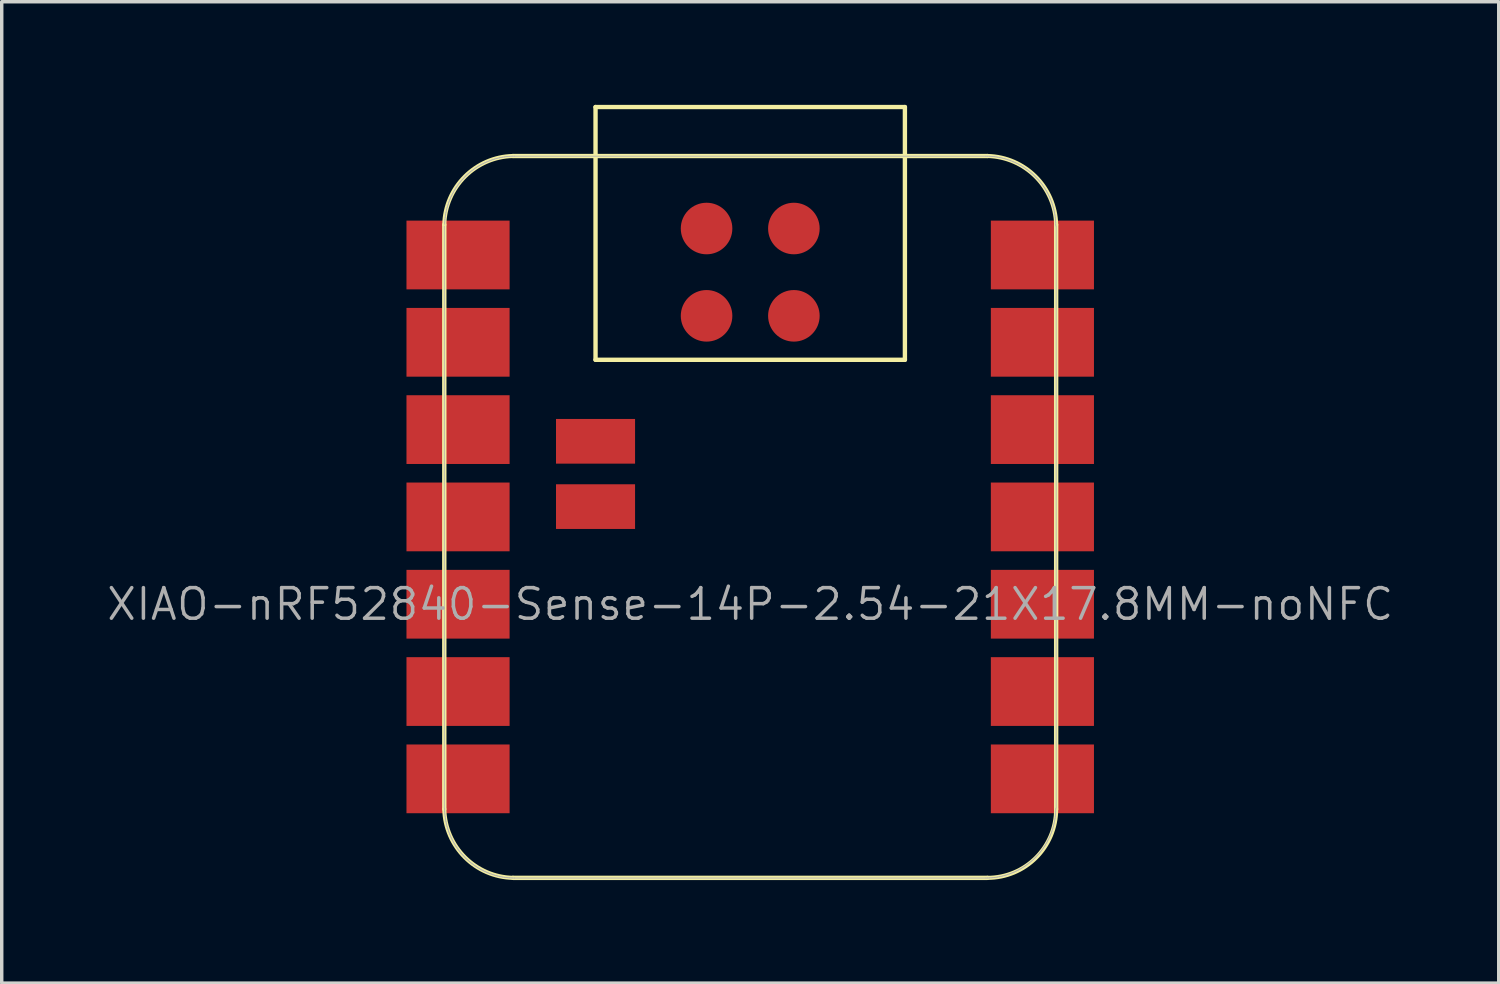
<source format=kicad_pcb>
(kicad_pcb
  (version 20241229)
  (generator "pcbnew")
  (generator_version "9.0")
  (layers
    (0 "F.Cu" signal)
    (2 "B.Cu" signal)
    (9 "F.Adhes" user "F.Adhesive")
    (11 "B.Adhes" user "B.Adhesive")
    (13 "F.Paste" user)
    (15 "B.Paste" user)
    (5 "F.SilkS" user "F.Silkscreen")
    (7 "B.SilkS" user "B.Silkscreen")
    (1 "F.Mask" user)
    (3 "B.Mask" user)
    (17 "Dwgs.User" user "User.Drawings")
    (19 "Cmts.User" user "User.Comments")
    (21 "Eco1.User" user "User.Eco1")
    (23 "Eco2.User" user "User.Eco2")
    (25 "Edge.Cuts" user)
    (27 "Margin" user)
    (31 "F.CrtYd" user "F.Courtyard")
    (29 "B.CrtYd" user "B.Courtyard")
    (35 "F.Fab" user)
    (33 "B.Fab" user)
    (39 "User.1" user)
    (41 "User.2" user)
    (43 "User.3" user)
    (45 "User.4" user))
  (footprint "XIAO-nRF52840-Sense-14P-2.54-21X17.8MM-noNFC"
    (layer "F.Cu")
    (at 18.775 11.988)
    (property "Reference" "XIAO-nRF52840-Sense-14P-2.54-21X17.8MM-noNFC" (at 0 2.54 180) (layer "F.Fab") (effects (font (size 0.889 0.889) (thickness 0.102))))
    (attr smd exclude_from_bom)
    (fp_line (start -8.9 -8.5) (end -8.9 8.5) (stroke (width 0.127) (type solid)) (layer "F.SilkS"))
    (fp_line (start -6.9 10.5) (end 6.9 10.5) (stroke (width 0.127) (type solid)) (layer "F.SilkS"))
    (fp_line (start -4.5 -11.924) (end 4.5 -11.924) (stroke (width 0.127) (type solid)) (layer "F.SilkS"))
    (fp_line (start -4.5 -4.571) (end -4.5 -11.924) (stroke (width 0.127) (type solid)) (layer "F.SilkS"))
    (fp_line (start 4.5 -11.924) (end 4.5 -4.571) (stroke (width 0.127) (type solid)) (layer "F.SilkS"))
    (fp_line (start 4.5 -4.571) (end -4.5 -4.571) (stroke (width 0.127) (type solid)) (layer "F.SilkS"))
    (fp_line (start 6.9 -10.499) (end -6.9 -10.499) (stroke (width 0.127) (type solid)) (layer "F.SilkS"))
    (fp_line (start 8.9 8.5) (end 8.9 -8.5) (stroke (width 0.127) (type solid)) (layer "F.SilkS"))
    (fp_arc (start -8.9 -8.5) (mid -8.301491 -9.901495) (end -6.899998 -10.500006) (stroke (width 0.12) (type solid)) (layer "F.SilkS"))
    (fp_arc (start -6.900001 10.499999) (mid -8.301423 9.901422) (end -8.900002 8.5) (stroke (width 0.12) (type solid)) (layer "F.SilkS"))
    (fp_arc (start 6.900001 -10.499999) (mid 8.301494 -9.901493) (end 8.900002 -8.5) (stroke (width 0.12) (type solid)) (layer "F.SilkS"))
    (fp_arc (start 8.9 8.5) (mid 8.31421 9.914211) (end 6.899998 10.500006) (stroke (width 0.12) (type solid)) (layer "F.SilkS"))
    (fp_poly (pts (xy -8.888 -8.562) (xy -8.885 -8.61) (xy -8.881 -8.659)) (stroke (width 0.025) (type solid)) (fill no) (layer "F.SilkS"))
    (fp_poly (pts (xy 8.889 8.522) (xy 8.888 8.571) (xy 8.885 8.62) (xy 8.881 8.669) (xy 8.875 8.717) (xy 8.869 8.766) (xy 8.861 8.815) (xy 8.852 8.863) (xy 8.842 8.911)) (stroke (width 0.025) (type solid)) (fill no) (layer "F.SilkS"))
    (fp_line (start -8.9 -8.463) (end -8.9 8.473) (stroke (width 0.025) (type solid)) (layer "F.Fab"))
    (fp_line (start -8.89 8.473) (end -8.889 8.522) (stroke (width 0.025) (type solid)) (layer "F.Fab"))
    (fp_line (start -8.889 8.522) (end -8.888 8.571) (stroke (width 0.025) (type solid)) (layer "F.Fab"))
    (fp_line (start -8.888 -8.562) (end -8.889 -8.512) (stroke (width 0.025) (type solid)) (layer "F.Fab"))
    (fp_line (start -8.888 8.571) (end -8.885 8.62) (stroke (width 0.025) (type solid)) (layer "F.Fab"))
    (fp_line (start -8.885 8.62) (end -8.881 8.669) (stroke (width 0.025) (type solid)) (layer "F.Fab"))
    (fp_line (start -8.885 -8.61) (end -8.888 -8.562) (stroke (width 0.025) (type solid)) (layer "F.Fab"))
    (fp_line (start -8.881 -8.659) (end -8.885 -8.61) (stroke (width 0.025) (type solid)) (layer "F.Fab"))
    (fp_line (start -8.881 8.669) (end -8.875 8.717) (stroke (width 0.025) (type solid)) (layer "F.Fab"))
    (fp_line (start -8.875 -8.708) (end -8.881 -8.659) (stroke (width 0.025) (type solid)) (layer "F.Fab"))
    (fp_line (start -8.875 8.717) (end -8.869 8.766) (stroke (width 0.025) (type solid)) (layer "F.Fab"))
    (fp_line (start -8.869 -8.757) (end -8.875 -8.708) (stroke (width 0.025) (type solid)) (layer "F.Fab"))
    (fp_line (start -8.869 8.766) (end -8.861 8.815) (stroke (width 0.025) (type solid)) (layer "F.Fab"))
    (fp_line (start -8.861 -8.806) (end -8.869 -8.757) (stroke (width 0.025) (type solid)) (layer "F.Fab"))
    (fp_line (start -8.861 8.815) (end -8.852 8.863) (stroke (width 0.025) (type solid)) (layer "F.Fab"))
    (fp_line (start -8.852 8.863) (end -8.842 8.911) (stroke (width 0.025) (type solid)) (layer "F.Fab"))
    (fp_line (start -8.852 -8.854) (end -8.861 -8.806) (stroke (width 0.025) (type solid)) (layer "F.Fab"))
    (fp_line (start -8.842 -8.902) (end -8.852 -8.854) (stroke (width 0.025) (type solid)) (layer "F.Fab"))
    (fp_line (start -8.842 8.911) (end -8.831 8.959) (stroke (width 0.025) (type solid)) (layer "F.Fab"))
    (fp_line (start -8.831 -8.95) (end -8.842 -8.902) (stroke (width 0.025) (type solid)) (layer "F.Fab"))
    (fp_line (start -8.831 8.959) (end -8.819 9.006) (stroke (width 0.025) (type solid)) (layer "F.Fab"))
    (fp_line (start -8.819 9.006) (end -8.805 9.054) (stroke (width 0.025) (type solid)) (layer "F.Fab"))
    (fp_line (start -8.819 -8.997) (end -8.831 -8.95) (stroke (width 0.025) (type solid)) (layer "F.Fab"))
    (fp_line (start -8.805 -9.045) (end -8.819 -8.997) (stroke (width 0.025) (type solid)) (layer "F.Fab"))
    (fp_line (start -8.805 9.054) (end -8.79 9.1) (stroke (width 0.025) (type solid)) (layer "F.Fab"))
    (fp_line (start -8.79 -9.091) (end -8.805 -9.045) (stroke (width 0.025) (type solid)) (layer "F.Fab"))
    (fp_line (start -8.79 9.1) (end -8.775 9.147) (stroke (width 0.025) (type solid)) (layer "F.Fab"))
    (fp_line (start -8.775 -9.138) (end -8.79 -9.091) (stroke (width 0.025) (type solid)) (layer "F.Fab"))
    (fp_line (start -8.775 9.147) (end -8.758 9.193) (stroke (width 0.025) (type solid)) (layer "F.Fab"))
    (fp_line (start -8.758 -9.184) (end -8.775 -9.138) (stroke (width 0.025) (type solid)) (layer "F.Fab"))
    (fp_line (start -8.758 9.193) (end -8.74 9.239) (stroke (width 0.025) (type solid)) (layer "F.Fab"))
    (fp_line (start -8.74 -9.23) (end -8.758 -9.184) (stroke (width 0.025) (type solid)) (layer "F.Fab"))
    (fp_line (start -8.74 9.239) (end -8.721 9.284) (stroke (width 0.025) (type solid)) (layer "F.Fab"))
    (fp_line (start -8.721 9.284) (end -8.701 9.329) (stroke (width 0.025) (type solid)) (layer "F.Fab"))
    (fp_line (start -8.721 -9.275) (end -8.74 -9.23) (stroke (width 0.025) (type solid)) (layer "F.Fab"))
    (fp_line (start -8.701 -9.32) (end -8.721 -9.275) (stroke (width 0.025) (type solid)) (layer "F.Fab"))
    (fp_line (start -8.701 9.329) (end -8.679 9.373) (stroke (width 0.025) (type solid)) (layer "F.Fab"))
    (fp_line (start -8.679 -9.364) (end -8.701 -9.32) (stroke (width 0.025) (type solid)) (layer "F.Fab"))
    (fp_line (start -8.679 9.373) (end -8.657 9.417) (stroke (width 0.025) (type solid)) (layer "F.Fab"))
    (fp_line (start -8.657 -9.408) (end -8.679 -9.364) (stroke (width 0.025) (type solid)) (layer "F.Fab"))
    (fp_line (start -8.657 9.417) (end -8.634 9.46) (stroke (width 0.025) (type solid)) (layer "F.Fab"))
    (fp_line (start -8.634 9.46) (end -8.61 9.503) (stroke (width 0.025) (type solid)) (layer "F.Fab"))
    (fp_line (start -8.634 -9.451) (end -8.657 -9.408) (stroke (width 0.025) (type solid)) (layer "F.Fab"))
    (fp_line (start -8.61 -9.494) (end -8.634 -9.451) (stroke (width 0.025) (type solid)) (layer "F.Fab"))
    (fp_line (start -8.61 9.503) (end -8.584 9.545) (stroke (width 0.025) (type solid)) (layer "F.Fab"))
    (fp_line (start -8.584 -9.536) (end -8.61 -9.494) (stroke (width 0.025) (type solid)) (layer "F.Fab"))
    (fp_line (start -8.584 9.545) (end -8.558 9.586) (stroke (width 0.025) (type solid)) (layer "F.Fab"))
    (fp_line (start -8.558 -9.577) (end -8.584 -9.536) (stroke (width 0.025) (type solid)) (layer "F.Fab"))
    (fp_line (start -8.558 9.586) (end -8.53 9.627) (stroke (width 0.025) (type solid)) (layer "F.Fab"))
    (fp_line (start -8.53 9.627) (end -8.502 9.667) (stroke (width 0.025) (type solid)) (layer "F.Fab"))
    (fp_line (start -8.53 -9.618) (end -8.558 -9.577) (stroke (width 0.025) (type solid)) (layer "F.Fab"))
    (fp_line (start -8.502 9.667) (end -8.473 9.706) (stroke (width 0.025) (type solid)) (layer "F.Fab"))
    (fp_line (start -8.502 -9.658) (end -8.53 -9.618) (stroke (width 0.025) (type solid)) (layer "F.Fab"))
    (fp_line (start -8.473 9.706) (end -8.442 9.745) (stroke (width 0.025) (type solid)) (layer "F.Fab"))
    (fp_line (start -8.473 -9.697) (end -8.502 -9.658) (stroke (width 0.025) (type solid)) (layer "F.Fab"))
    (fp_line (start -8.442 -9.736) (end -8.473 -9.697) (stroke (width 0.025) (type solid)) (layer "F.Fab"))
    (fp_line (start -8.442 9.745) (end -8.411 9.783) (stroke (width 0.025) (type solid)) (layer "F.Fab"))
    (fp_line (start -8.411 -9.774) (end -8.442 -9.736) (stroke (width 0.025) (type solid)) (layer "F.Fab"))
    (fp_line (start -8.411 9.783) (end -8.379 9.82) (stroke (width 0.025) (type solid)) (layer "F.Fab"))
    (fp_line (start -8.379 -9.811) (end -8.411 -9.774) (stroke (width 0.025) (type solid)) (layer "F.Fab"))
    (fp_line (start -8.379 9.82) (end -8.346 9.856) (stroke (width 0.025) (type solid)) (layer "F.Fab"))
    (fp_line (start -8.346 -9.847) (end -8.379 -9.811) (stroke (width 0.025) (type solid)) (layer "F.Fab"))
    (fp_line (start -8.346 9.856) (end -8.312 9.892) (stroke (width 0.025) (type solid)) (layer "F.Fab"))
    (fp_line (start -8.312 -9.883) (end -8.346 -9.847) (stroke (width 0.025) (type solid)) (layer "F.Fab"))
    (fp_line (start -8.312 9.892) (end -8.277 9.927) (stroke (width 0.025) (type solid)) (layer "F.Fab"))
    (fp_line (start -8.277 9.927) (end -8.242 9.96) (stroke (width 0.025) (type solid)) (layer "F.Fab"))
    (fp_line (start -8.277 -9.918) (end -8.312 -9.883) (stroke (width 0.025) (type solid)) (layer "F.Fab"))
    (fp_line (start -8.242 9.96) (end -8.205 9.994) (stroke (width 0.025) (type solid)) (layer "F.Fab"))
    (fp_line (start -8.242 -9.951) (end -8.277 -9.918) (stroke (width 0.025) (type solid)) (layer "F.Fab"))
    (fp_line (start -8.205 9.994) (end -8.168 10.026) (stroke (width 0.025) (type solid)) (layer "F.Fab"))
    (fp_line (start -8.205 -9.984) (end -8.242 -9.951) (stroke (width 0.025) (type solid)) (layer "F.Fab"))
    (fp_line (start -8.168 -10.017) (end -8.205 -9.984) (stroke (width 0.025) (type solid)) (layer "F.Fab"))
    (fp_line (start -8.168 10.026) (end -8.13 10.057) (stroke (width 0.025) (type solid)) (layer "F.Fab"))
    (fp_line (start -8.13 -10.048) (end -8.168 -10.017) (stroke (width 0.025) (type solid)) (layer "F.Fab"))
    (fp_line (start -8.13 10.057) (end -8.092 10.087) (stroke (width 0.025) (type solid)) (layer "F.Fab"))
    (fp_line (start -8.092 10.087) (end -8.052 10.116) (stroke (width 0.025) (type solid)) (layer "F.Fab"))
    (fp_line (start -8.092 -10.078) (end -8.13 -10.048) (stroke (width 0.025) (type solid)) (layer "F.Fab"))
    (fp_line (start -8.052 10.116) (end -8.012 10.145) (stroke (width 0.025) (type solid)) (layer "F.Fab"))
    (fp_line (start -8.052 -10.107) (end -8.092 -10.078) (stroke (width 0.025) (type solid)) (layer "F.Fab"))
    (fp_line (start -8.012 10.145) (end -7.972 10.172) (stroke (width 0.025) (type solid)) (layer "F.Fab"))
    (fp_line (start -8.012 -10.136) (end -8.052 -10.107) (stroke (width 0.025) (type solid)) (layer "F.Fab"))
    (fp_line (start -7.972 -10.163) (end -8.012 -10.136) (stroke (width 0.025) (type solid)) (layer "F.Fab"))
    (fp_line (start -7.972 10.172) (end -7.93 10.199) (stroke (width 0.025) (type solid)) (layer "F.Fab"))
    (fp_line (start -7.93 -10.19) (end -7.972 -10.163) (stroke (width 0.025) (type solid)) (layer "F.Fab"))
    (fp_line (start -7.93 10.199) (end -7.888 10.224) (stroke (width 0.025) (type solid)) (layer "F.Fab"))
    (fp_line (start -7.888 -10.215) (end -7.93 -10.19) (stroke (width 0.025) (type solid)) (layer "F.Fab"))
    (fp_line (start -7.888 10.224) (end -7.846 10.249) (stroke (width 0.025) (type solid)) (layer "F.Fab"))
    (fp_line (start -7.846 10.249) (end -7.802 10.272) (stroke (width 0.025) (type solid)) (layer "F.Fab"))
    (fp_line (start -7.846 -10.239) (end -7.888 -10.215) (stroke (width 0.025) (type solid)) (layer "F.Fab"))
    (fp_line (start -7.802 10.272) (end -7.759 10.294) (stroke (width 0.025) (type solid)) (layer "F.Fab"))
    (fp_line (start -7.802 -10.263) (end -7.846 -10.239) (stroke (width 0.025) (type solid)) (layer "F.Fab"))
    (fp_line (start -7.759 -10.285) (end -7.802 -10.263) (stroke (width 0.025) (type solid)) (layer "F.Fab"))
    (fp_line (start -7.759 10.294) (end -7.714 10.315) (stroke (width 0.025) (type solid)) (layer "F.Fab"))
    (fp_line (start -7.714 -10.306) (end -7.759 -10.285) (stroke (width 0.025) (type solid)) (layer "F.Fab"))
    (fp_line (start -7.714 10.315) (end -7.67 10.335) (stroke (width 0.025) (type solid)) (layer "F.Fab"))
    (fp_line (start -7.67 -10.326) (end -7.714 -10.306) (stroke (width 0.025) (type solid)) (layer "F.Fab"))
    (fp_line (start -7.67 10.335) (end -7.624 10.354) (stroke (width 0.025) (type solid)) (layer "F.Fab"))
    (fp_line (start -7.624 10.354) (end -7.579 10.372) (stroke (width 0.025) (type solid)) (layer "F.Fab"))
    (fp_line (start -7.624 -10.345) (end -7.67 -10.326) (stroke (width 0.025) (type solid)) (layer "F.Fab"))
    (fp_line (start -7.579 -10.363) (end -7.624 -10.345) (stroke (width 0.025) (type solid)) (layer "F.Fab"))
    (fp_line (start -7.579 10.372) (end -7.532 10.389) (stroke (width 0.025) (type solid)) (layer "F.Fab"))
    (fp_line (start -7.532 -10.38) (end -7.579 -10.363) (stroke (width 0.025) (type solid)) (layer "F.Fab"))
    (fp_line (start -7.532 10.389) (end -7.486 10.405) (stroke (width 0.025) (type solid)) (layer "F.Fab"))
    (fp_line (start -7.486 10.405) (end -7.439 10.42) (stroke (width 0.025) (type solid)) (layer "F.Fab"))
    (fp_line (start -7.486 -10.396) (end -7.532 -10.38) (stroke (width 0.025) (type solid)) (layer "F.Fab"))
    (fp_line (start -7.439 10.42) (end -7.392 10.433) (stroke (width 0.025) (type solid)) (layer "F.Fab"))
    (fp_line (start -7.439 -10.411) (end -7.486 -10.396) (stroke (width 0.025) (type solid)) (layer "F.Fab"))
    (fp_line (start -7.392 -10.424) (end -7.439 -10.411) (stroke (width 0.025) (type solid)) (layer "F.Fab"))
    (fp_line (start -7.392 10.433) (end -7.344 10.446) (stroke (width 0.025) (type solid)) (layer "F.Fab"))
    (fp_line (start -7.344 -10.436) (end -7.392 -10.424) (stroke (width 0.025) (type solid)) (layer "F.Fab"))
    (fp_line (start -7.344 10.446) (end -7.296 10.457) (stroke (width 0.025) (type solid)) (layer "F.Fab"))
    (fp_line (start -7.296 10.457) (end -7.248 10.467) (stroke (width 0.025) (type solid)) (layer "F.Fab"))
    (fp_line (start -7.296 -10.448) (end -7.344 -10.436) (stroke (width 0.025) (type solid)) (layer "F.Fab"))
    (fp_line (start -7.248 10.467) (end -7.2 10.476) (stroke (width 0.025) (type solid)) (layer "F.Fab"))
    (fp_line (start -7.248 -10.458) (end -7.296 -10.448) (stroke (width 0.025) (type solid)) (layer "F.Fab"))
    (fp_line (start -7.2 -10.466) (end -7.248 -10.458) (stroke (width 0.025) (type solid)) (layer "F.Fab"))
    (fp_line (start -7.2 10.476) (end -7.152 10.483) (stroke (width 0.025) (type solid)) (layer "F.Fab"))
    (fp_line (start -7.152 -10.474) (end -7.2 -10.466) (stroke (width 0.025) (type solid)) (layer "F.Fab"))
    (fp_line (start -7.152 10.483) (end -7.103 10.49) (stroke (width 0.025) (type solid)) (layer "F.Fab"))
    (fp_line (start -7.103 -10.481) (end -7.152 -10.474) (stroke (width 0.025) (type solid)) (layer "F.Fab"))
    (fp_line (start -7.103 10.49) (end -7.054 10.495) (stroke (width 0.025) (type solid)) (layer "F.Fab"))
    (fp_line (start -7.054 10.495) (end -7.005 10.499) (stroke (width 0.025) (type solid)) (layer "F.Fab"))
    (fp_line (start -7.054 -10.486) (end -7.103 -10.481) (stroke (width 0.025) (type solid)) (layer "F.Fab"))
    (fp_line (start -7.005 10.499) (end -6.956 10.502) (stroke (width 0.025) (type solid)) (layer "F.Fab"))
    (fp_line (start -7.005 -10.49) (end -7.054 -10.486) (stroke (width 0.025) (type solid)) (layer "F.Fab"))
    (fp_line (start -6.956 10.502) (end -6.907 10.504) (stroke (width 0.025) (type solid)) (layer "F.Fab"))
    (fp_line (start -6.956 -10.493) (end -7.005 -10.49) (stroke (width 0.025) (type solid)) (layer "F.Fab"))
    (fp_line (start -6.907 10.504) (end -6.858 10.505) (stroke (width 0.025) (type solid)) (layer "F.Fab"))
    (fp_line (start -6.907 -10.495) (end -6.956 -10.493) (stroke (width 0.025) (type solid)) (layer "F.Fab"))
    (fp_line (start -6.858 -10.495) (end -6.907 -10.495) (stroke (width 0.025) (type solid)) (layer "F.Fab"))
    (fp_line (start -6.858 10.505) (end 6.858 10.505) (stroke (width 0.025) (type solid)) (layer "F.Fab"))
    (fp_line (start 6.858 10.505) (end 6.907 10.504) (stroke (width 0.025) (type solid)) (layer "F.Fab"))
    (fp_line (start 6.858 -10.495) (end -6.858 -10.495) (stroke (width 0.025) (type solid)) (layer "F.Fab"))
    (fp_line (start 6.907 -10.495) (end 6.858 -10.495) (stroke (width 0.025) (type solid)) (layer "F.Fab"))
    (fp_line (start 6.907 10.504) (end 6.956 10.502) (stroke (width 0.025) (type solid)) (layer "F.Fab"))
    (fp_line (start 6.956 10.502) (end 7.005 10.499) (stroke (width 0.025) (type solid)) (layer "F.Fab"))
    (fp_line (start 6.956 -10.493) (end 6.907 -10.495) (stroke (width 0.025) (type solid)) (layer "F.Fab"))
    (fp_line (start 7.005 10.499) (end 7.054 10.495) (stroke (width 0.025) (type solid)) (layer "F.Fab"))
    (fp_line (start 7.005 -10.49) (end 6.956 -10.493) (stroke (width 0.025) (type solid)) (layer "F.Fab"))
    (fp_line (start 7.054 10.495) (end 7.103 10.49) (stroke (width 0.025) (type solid)) (layer "F.Fab"))
    (fp_line (start 7.054 -10.486) (end 7.005 -10.49) (stroke (width 0.025) (type solid)) (layer "F.Fab"))
    (fp_line (start 7.103 -10.481) (end 7.054 -10.486) (stroke (width 0.025) (type solid)) (layer "F.Fab"))
    (fp_line (start 7.103 10.49) (end 7.152 10.483) (stroke (width 0.025) (type solid)) (layer "F.Fab"))
    (fp_line (start 7.152 -10.474) (end 7.103 -10.481) (stroke (width 0.025) (type solid)) (layer "F.Fab"))
    (fp_line (start 7.152 10.483) (end 7.2 10.476) (stroke (width 0.025) (type solid)) (layer "F.Fab"))
    (fp_line (start 7.2 10.476) (end 7.248 10.467) (stroke (width 0.025) (type solid)) (layer "F.Fab"))
    (fp_line (start 7.2 -10.466) (end 7.152 -10.474) (stroke (width 0.025) (type solid)) (layer "F.Fab"))
    (fp_line (start 7.248 -10.458) (end 7.2 -10.466) (stroke (width 0.025) (type solid)) (layer "F.Fab"))
    (fp_line (start 7.248 10.467) (end 7.296 10.457) (stroke (width 0.025) (type solid)) (layer "F.Fab"))
    (fp_line (start 7.296 10.457) (end 7.344 10.446) (stroke (width 0.025) (type solid)) (layer "F.Fab"))
    (fp_line (start 7.296 -10.448) (end 7.248 -10.458) (stroke (width 0.025) (type solid)) (layer "F.Fab"))
    (fp_line (start 7.344 -10.436) (end 7.296 -10.448) (stroke (width 0.025) (type solid)) (layer "F.Fab"))
    (fp_line (start 7.344 10.446) (end 7.392 10.433) (stroke (width 0.025) (type solid)) (layer "F.Fab"))
    (fp_line (start 7.392 10.433) (end 7.439 10.42) (stroke (width 0.025) (type solid)) (layer "F.Fab"))
    (fp_line (start 7.392 -10.424) (end 7.344 -10.436) (stroke (width 0.025) (type solid)) (layer "F.Fab"))
    (fp_line (start 7.439 10.42) (end 7.486 10.405) (stroke (width 0.025) (type solid)) (layer "F.Fab"))
    (fp_line (start 7.439 -10.411) (end 7.392 -10.424) (stroke (width 0.025) (type solid)) (layer "F.Fab"))
    (fp_line (start 7.486 10.405) (end 7.532 10.389) (stroke (width 0.025) (type solid)) (layer "F.Fab"))
    (fp_line (start 7.486 -10.396) (end 7.439 -10.411) (stroke (width 0.025) (type solid)) (layer "F.Fab"))
    (fp_line (start 7.532 10.389) (end 7.579 10.372) (stroke (width 0.025) (type solid)) (layer "F.Fab"))
    (fp_line (start 7.532 -10.38) (end 7.486 -10.396) (stroke (width 0.025) (type solid)) (layer "F.Fab"))
    (fp_line (start 7.579 10.372) (end 7.624 10.354) (stroke (width 0.025) (type solid)) (layer "F.Fab"))
    (fp_line (start 7.579 -10.363) (end 7.532 -10.38) (stroke (width 0.025) (type solid)) (layer "F.Fab"))
    (fp_line (start 7.624 10.354) (end 7.67 10.335) (stroke (width 0.025) (type solid)) (layer "F.Fab"))
    (fp_line (start 7.624 -10.345) (end 7.579 -10.363) (stroke (width 0.025) (type solid)) (layer "F.Fab"))
    (fp_line (start 7.67 -10.326) (end 7.624 -10.345) (stroke (width 0.025) (type solid)) (layer "F.Fab"))
    (fp_line (start 7.67 10.335) (end 7.714 10.315) (stroke (width 0.025) (type solid)) (layer "F.Fab"))
    (fp_line (start 7.714 10.315) (end 7.759 10.294) (stroke (width 0.025) (type solid)) (layer "F.Fab"))
    (fp_line (start 7.714 -10.306) (end 7.67 -10.326) (stroke (width 0.025) (type solid)) (layer "F.Fab"))
    (fp_line (start 7.759 10.294) (end 7.802 10.272) (stroke (width 0.025) (type solid)) (layer "F.Fab"))
    (fp_line (start 7.759 -10.285) (end 7.714 -10.306) (stroke (width 0.025) (type solid)) (layer "F.Fab"))
    (fp_line (start 7.802 -10.263) (end 7.759 -10.285) (stroke (width 0.025) (type solid)) (layer "F.Fab"))
    (fp_line (start 7.802 10.272) (end 7.846 10.249) (stroke (width 0.025) (type solid)) (layer "F.Fab"))
    (fp_line (start 7.846 -10.239) (end 7.802 -10.263) (stroke (width 0.025) (type solid)) (layer "F.Fab"))
    (fp_line (start 7.846 10.249) (end 7.888 10.224) (stroke (width 0.025) (type solid)) (layer "F.Fab"))
    (fp_line (start 7.888 -10.215) (end 7.846 -10.239) (stroke (width 0.025) (type solid)) (layer "F.Fab"))
    (fp_line (start 7.888 10.224) (end 7.93 10.199) (stroke (width 0.025) (type solid)) (layer "F.Fab"))
    (fp_line (start 7.93 -10.19) (end 7.888 -10.215) (stroke (width 0.025) (type solid)) (layer "F.Fab"))
    (fp_line (start 7.93 10.199) (end 7.972 10.172) (stroke (width 0.025) (type solid)) (layer "F.Fab"))
    (fp_line (start 7.972 -10.163) (end 7.93 -10.19) (stroke (width 0.025) (type solid)) (layer "F.Fab"))
    (fp_line (start 7.972 10.172) (end 8.012 10.145) (stroke (width 0.025) (type solid)) (layer "F.Fab"))
    (fp_line (start 8.012 -10.136) (end 7.972 -10.163) (stroke (width 0.025) (type solid)) (layer "F.Fab"))
    (fp_line (start 8.012 10.145) (end 8.052 10.116) (stroke (width 0.025) (type solid)) (layer "F.Fab"))
    (fp_line (start 8.052 10.116) (end 8.092 10.087) (stroke (width 0.025) (type solid)) (layer "F.Fab"))
    (fp_line (start 8.052 -10.107) (end 8.012 -10.136) (stroke (width 0.025) (type solid)) (layer "F.Fab"))
    (fp_line (start 8.092 -10.078) (end 8.052 -10.107) (stroke (width 0.025) (type solid)) (layer "F.Fab"))
    (fp_line (start 8.092 10.087) (end 8.13 10.057) (stroke (width 0.025) (type solid)) (layer "F.Fab"))
    (fp_line (start 8.13 10.057) (end 8.168 10.026) (stroke (width 0.025) (type solid)) (layer "F.Fab"))
    (fp_line (start 8.13 -10.048) (end 8.092 -10.078) (stroke (width 0.025) (type solid)) (layer "F.Fab"))
    (fp_line (start 8.168 10.026) (end 8.205 9.993) (stroke (width 0.025) (type solid)) (layer "F.Fab"))
    (fp_line (start 8.168 -10.017) (end 8.13 -10.048) (stroke (width 0.025) (type solid)) (layer "F.Fab"))
    (fp_line (start 8.205 -9.984) (end 8.168 -10.017) (stroke (width 0.025) (type solid)) (layer "F.Fab"))
    (fp_line (start 8.205 9.993) (end 8.242 9.96) (stroke (width 0.025) (type solid)) (layer "F.Fab"))
    (fp_line (start 8.242 9.96) (end 8.277 9.927) (stroke (width 0.025) (type solid)) (layer "F.Fab"))
    (fp_line (start 8.242 -9.951) (end 8.205 -9.984) (stroke (width 0.025) (type solid)) (layer "F.Fab"))
    (fp_line (start 8.277 -9.918) (end 8.242 -9.951) (stroke (width 0.025) (type solid)) (layer "F.Fab"))
    (fp_line (start 8.277 9.927) (end 8.312 9.892) (stroke (width 0.025) (type solid)) (layer "F.Fab"))
    (fp_line (start 8.312 9.892) (end 8.346 9.856) (stroke (width 0.025) (type solid)) (layer "F.Fab"))
    (fp_line (start 8.312 -9.883) (end 8.277 -9.918) (stroke (width 0.025) (type solid)) (layer "F.Fab"))
    (fp_line (start 8.346 -9.847) (end 8.312 -9.883) (stroke (width 0.025) (type solid)) (layer "F.Fab"))
    (fp_line (start 8.346 9.856) (end 8.379 9.82) (stroke (width 0.025) (type solid)) (layer "F.Fab"))
    (fp_line (start 8.379 9.82) (end 8.411 9.783) (stroke (width 0.025) (type solid)) (layer "F.Fab"))
    (fp_line (start 8.379 -9.811) (end 8.346 -9.847) (stroke (width 0.025) (type solid)) (layer "F.Fab"))
    (fp_line (start 8.411 -9.774) (end 8.379 -9.811) (stroke (width 0.025) (type solid)) (layer "F.Fab"))
    (fp_line (start 8.411 9.783) (end 8.442 9.745) (stroke (width 0.025) (type solid)) (layer "F.Fab"))
    (fp_line (start 8.442 9.745) (end 8.473 9.706) (stroke (width 0.025) (type solid)) (layer "F.Fab"))
    (fp_line (start 8.442 -9.736) (end 8.411 -9.774) (stroke (width 0.025) (type solid)) (layer "F.Fab"))
    (fp_line (start 8.473 9.706) (end 8.502 9.667) (stroke (width 0.025) (type solid)) (layer "F.Fab"))
    (fp_line (start 8.473 -9.697) (end 8.442 -9.736) (stroke (width 0.025) (type solid)) (layer "F.Fab"))
    (fp_line (start 8.502 9.667) (end 8.53 9.627) (stroke (width 0.025) (type solid)) (layer "F.Fab"))
    (fp_line (start 8.502 -9.658) (end 8.473 -9.697) (stroke (width 0.025) (type solid)) (layer "F.Fab"))
    (fp_line (start 8.53 -9.618) (end 8.502 -9.658) (stroke (width 0.025) (type solid)) (layer "F.Fab"))
    (fp_line (start 8.53 9.627) (end 8.558 9.586) (stroke (width 0.025) (type solid)) (layer "F.Fab"))
    (fp_line (start 8.558 9.586) (end 8.584 9.545) (stroke (width 0.025) (type solid)) (layer "F.Fab"))
    (fp_line (start 8.558 -9.577) (end 8.53 -9.618) (stroke (width 0.025) (type solid)) (layer "F.Fab"))
    (fp_line (start 8.584 -9.536) (end 8.558 -9.577) (stroke (width 0.025) (type solid)) (layer "F.Fab"))
    (fp_line (start 8.584 9.545) (end 8.61 9.503) (stroke (width 0.025) (type solid)) (layer "F.Fab"))
    (fp_line (start 8.61 -9.494) (end 8.584 -9.536) (stroke (width 0.025) (type solid)) (layer "F.Fab"))
    (fp_line (start 8.61 9.503) (end 8.634 9.46) (stroke (width 0.025) (type solid)) (layer "F.Fab"))
    (fp_line (start 8.634 -9.451) (end 8.61 -9.494) (stroke (width 0.025) (type solid)) (layer "F.Fab"))
    (fp_line (start 8.634 9.46) (end 8.657 9.417) (stroke (width 0.025) (type solid)) (layer "F.Fab"))
    (fp_line (start 8.657 -9.408) (end 8.634 -9.451) (stroke (width 0.025) (type solid)) (layer "F.Fab"))
    (fp_line (start 8.657 9.417) (end 8.679 9.373) (stroke (width 0.025) (type solid)) (layer "F.Fab"))
    (fp_line (start 8.679 -9.364) (end 8.657 -9.408) (stroke (width 0.025) (type solid)) (layer "F.Fab"))
    (fp_line (start 8.679 9.373) (end 8.701 9.329) (stroke (width 0.025) (type solid)) (layer "F.Fab"))
    (fp_line (start 8.701 -9.32) (end 8.679 -9.364) (stroke (width 0.025) (type solid)) (layer "F.Fab"))
    (fp_line (start 8.701 9.329) (end 8.721 9.284) (stroke (width 0.025) (type solid)) (layer "F.Fab"))
    (fp_line (start 8.721 9.284) (end 8.74 9.239) (stroke (width 0.025) (type solid)) (layer "F.Fab"))
    (fp_line (start 8.721 -9.275) (end 8.701 -9.32) (stroke (width 0.025) (type solid)) (layer "F.Fab"))
    (fp_line (start 8.74 -9.23) (end 8.721 -9.275) (stroke (width 0.025) (type solid)) (layer "F.Fab"))
    (fp_line (start 8.74 9.239) (end 8.758 9.193) (stroke (width 0.025) (type solid)) (layer "F.Fab"))
    (fp_line (start 8.758 -9.184) (end 8.74 -9.23) (stroke (width 0.025) (type solid)) (layer "F.Fab"))
    (fp_line (start 8.758 9.193) (end 8.775 9.147) (stroke (width 0.025) (type solid)) (layer "F.Fab"))
    (fp_line (start 8.775 9.147) (end 8.79 9.1) (stroke (width 0.025) (type solid)) (layer "F.Fab"))
    (fp_line (start 8.775 -9.138) (end 8.758 -9.184) (stroke (width 0.025) (type solid)) (layer "F.Fab"))
    (fp_line (start 8.79 -9.091) (end 8.775 -9.138) (stroke (width 0.025) (type solid)) (layer "F.Fab"))
    (fp_line (start 8.79 9.1) (end 8.805 9.054) (stroke (width 0.025) (type solid)) (layer "F.Fab"))
    (fp_line (start 8.805 9.054) (end 8.819 9.006) (stroke (width 0.025) (type solid)) (layer "F.Fab"))
    (fp_line (start 8.805 -9.045) (end 8.79 -9.091) (stroke (width 0.025) (type solid)) (layer "F.Fab"))
    (fp_line (start 8.819 9.006) (end 8.831 8.959) (stroke (width 0.025) (type solid)) (layer "F.Fab"))
    (fp_line (start 8.819 -8.997) (end 8.805 -9.045) (stroke (width 0.025) (type solid)) (layer "F.Fab"))
    (fp_line (start 8.831 -8.95) (end 8.819 -8.997) (stroke (width 0.025) (type solid)) (layer "F.Fab"))
    (fp_line (start 8.831 8.959) (end 8.842 8.911) (stroke (width 0.025) (type solid)) (layer "F.Fab"))
    (fp_line (start 8.842 8.911) (end 8.852 8.863) (stroke (width 0.025) (type solid)) (layer "F.Fab"))
    (fp_line (start 8.842 -8.902) (end 8.831 -8.95) (stroke (width 0.025) (type solid)) (layer "F.Fab"))
    (fp_line (start 8.852 8.863) (end 8.861 8.815) (stroke (width 0.025) (type solid)) (layer "F.Fab"))
    (fp_line (start 8.852 -8.854) (end 8.842 -8.902) (stroke (width 0.025) (type solid)) (layer "F.Fab"))
    (fp_line (start 8.861 -8.806) (end 8.852 -8.854) (stroke (width 0.025) (type solid)) (layer "F.Fab"))
    (fp_line (start 8.861 8.815) (end 8.869 8.766) (stroke (width 0.025) (type solid)) (layer "F.Fab"))
    (fp_line (start 8.869 8.766) (end 8.875 8.717) (stroke (width 0.025) (type solid)) (layer "F.Fab"))
    (fp_line (start 8.869 -8.757) (end 8.861 -8.806) (stroke (width 0.025) (type solid)) (layer "F.Fab"))
    (fp_line (start 8.875 -8.708) (end 8.869 -8.757) (stroke (width 0.025) (type solid)) (layer "F.Fab"))
    (fp_line (start 8.875 8.717) (end 8.881 8.669) (stroke (width 0.025) (type solid)) (layer "F.Fab"))
    (fp_line (start 8.881 8.669) (end 8.885 8.62) (stroke (width 0.025) (type solid)) (layer "F.Fab"))
    (fp_line (start 8.881 -8.659) (end 8.875 -8.708) (stroke (width 0.025) (type solid)) (layer "F.Fab"))
    (fp_line (start 8.885 -8.61) (end 8.881 -8.659) (stroke (width 0.025) (type solid)) (layer "F.Fab"))
    (fp_line (start 8.885 8.62) (end 8.888 8.571) (stroke (width 0.025) (type solid)) (layer "F.Fab"))
    (fp_line (start 8.888 -8.562) (end 8.885 -8.61) (stroke (width 0.025) (type solid)) (layer "F.Fab"))
    (fp_line (start 8.888 8.571) (end 8.889 8.522) (stroke (width 0.025) (type solid)) (layer "F.Fab"))
    (fp_line (start 8.889 8.522) (end 8.89 8.473) (stroke (width 0.025) (type solid)) (layer "F.Fab"))
    (fp_line (start 8.889 -8.512) (end 8.888 -8.562) (stroke (width 0.025) (type solid)) (layer "F.Fab"))
    (fp_line (start 8.89 -8.463) (end 8.889 -8.512) (stroke (width 0.025) (type solid)) (layer "F.Fab"))
    (fp_line (start 8.9 8.473) (end 8.9 -8.463) (stroke (width 0.025) (type solid)) (layer "F.Fab"))
    (pad "1" smd rect (at -8.5 -7.62) (size 3 2) (layers "F.Cu" "F.Mask" "F.Paste"))
    (pad "2" smd rect (at -8.5 -5.08) (size 3 2) (layers "F.Cu" "F.Mask" "F.Paste"))
    (pad "3" smd rect (at -8.5 -2.54) (size 3 2) (layers "F.Cu" "F.Mask" "F.Paste"))
    (pad "4" smd rect (at -8.5 -0.000001) (size 3 2) (layers "F.Cu" "F.Mask" "F.Paste"))
    (pad "5" smd rect (at -8.5 2.54) (size 3 2) (layers "F.Cu" "F.Mask" "F.Paste"))
    (pad "6" smd rect (at -8.5 5.08 180) (size 3 2) (layers "F.Cu" "F.Mask" "F.Paste"))
    (pad "7" smd rect (at -8.5 7.62) (size 3 2) (layers "F.Cu" "F.Mask" "F.Paste"))
    (pad "8" smd rect (at 8.5 -7.62) (size 3 2) (layers "F.Cu" "F.Mask" "F.Paste"))
    (pad "9" smd rect (at 8.5 -5.08) (size 3 2) (layers "F.Cu" "F.Mask" "F.Paste"))
    (pad "10" smd rect (at 8.5 -2.54) (size 3 2) (layers "F.Cu" "F.Mask" "F.Paste"))
    (pad "11" smd rect (at 8.5 0.000001) (size 3 2) (layers "F.Cu" "F.Mask" "F.Paste"))
    (pad "12" smd rect (at 8.5 2.54) (size 3 2) (layers "F.Cu" "F.Mask" "F.Paste"))
    (pad "13" smd rect (at 8.5 5.08) (size 3 2) (layers "F.Cu" "F.Mask" "F.Paste"))
    (pad "14" smd rect (at 8.5 7.62) (size 3 2) (layers "F.Cu" "F.Mask" "F.Paste"))
    (pad "15" smd rect (at -4.5 -2.2 180) (size 2.3 1.3) (layers "F.Cu" "F.Mask" "F.Paste"))
    (pad "16" smd rect (at -4.5 -0.3 180) (size 2.3 1.3) (layers "F.Cu" "F.Mask" "F.Paste"))
    (pad "19" smd circle (at -1.27 -8.39 90) (size 1.5 1.5) (layers "F.Cu" "F.Mask" "F.Paste"))
    (pad "20" smd circle (at 1.27 -8.39 90) (size 1.5 1.5) (layers "F.Cu" "F.Mask" "F.Paste"))
    (pad "21" smd circle (at -1.27 -5.85 90) (size 1.5 1.5) (layers "F.Cu" "F.Mask" "F.Paste"))
    (pad "22" smd circle (at 1.27 -5.85 90) (size 1.5 1.5) (layers "F.Cu" "F.Mask" "F.Paste")))
  (gr_rect
    (start -3 -3)
    (end 40.55 25.551)
    (stroke (width 0.1) (type default))
    (fill no)
    (layer "Edge.Cuts")))
</source>
